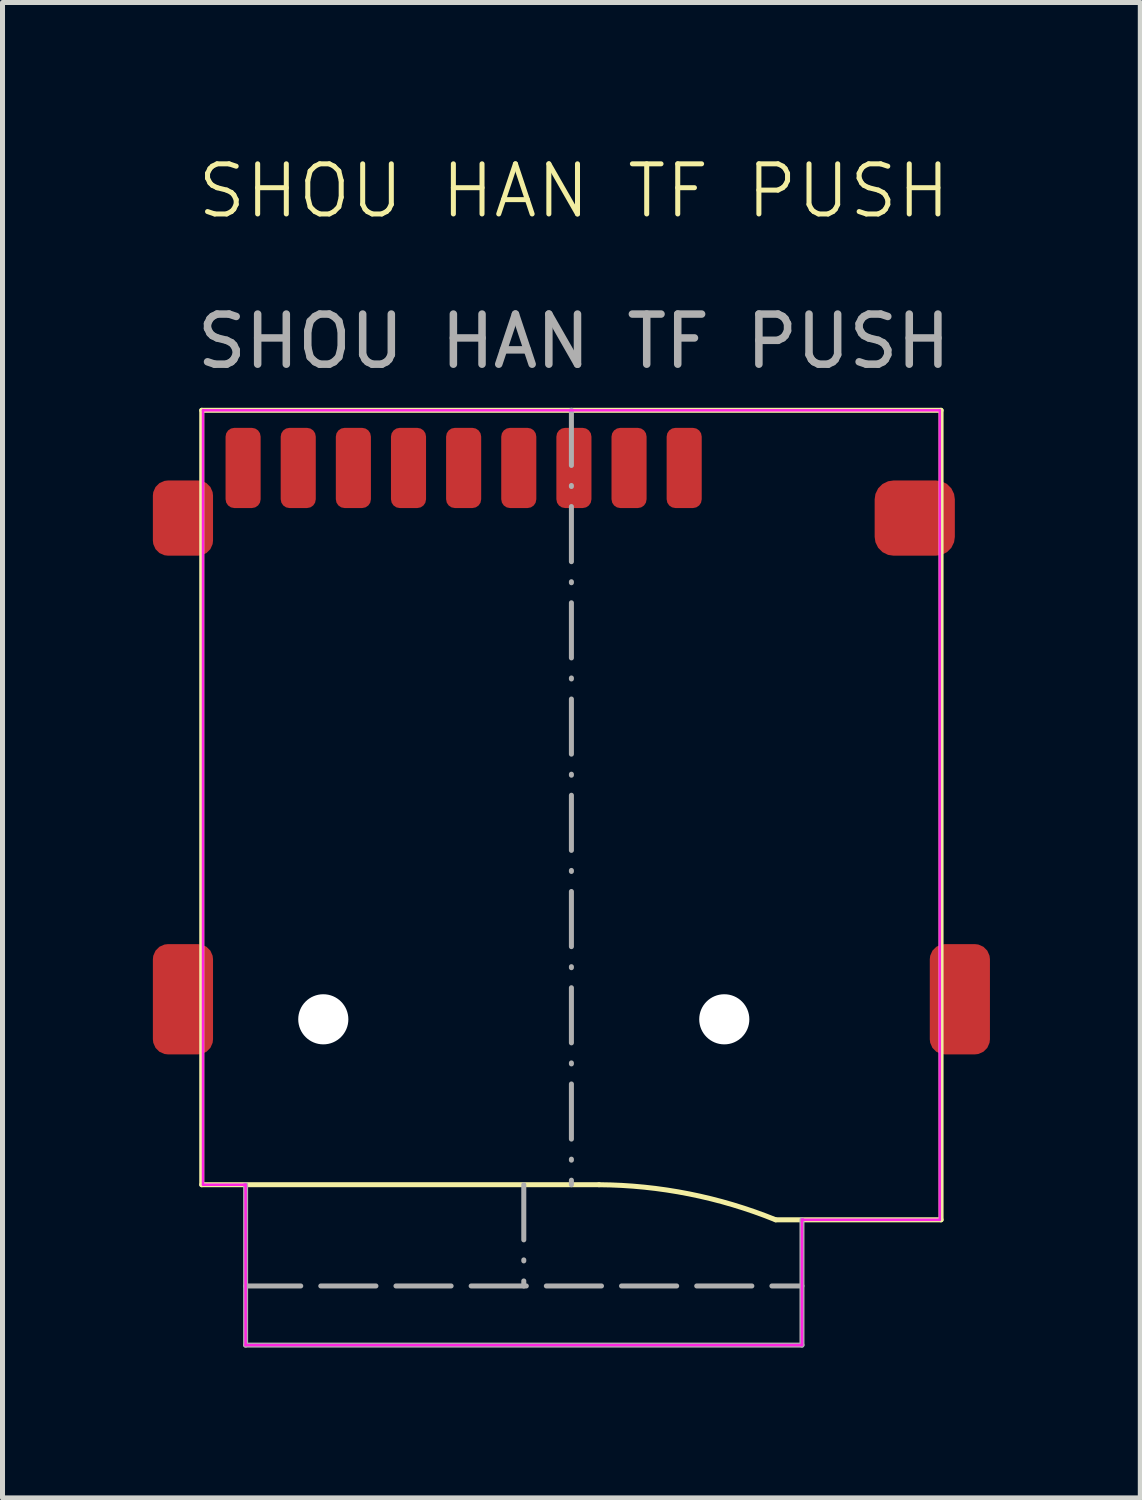
<source format=kicad_pcb>
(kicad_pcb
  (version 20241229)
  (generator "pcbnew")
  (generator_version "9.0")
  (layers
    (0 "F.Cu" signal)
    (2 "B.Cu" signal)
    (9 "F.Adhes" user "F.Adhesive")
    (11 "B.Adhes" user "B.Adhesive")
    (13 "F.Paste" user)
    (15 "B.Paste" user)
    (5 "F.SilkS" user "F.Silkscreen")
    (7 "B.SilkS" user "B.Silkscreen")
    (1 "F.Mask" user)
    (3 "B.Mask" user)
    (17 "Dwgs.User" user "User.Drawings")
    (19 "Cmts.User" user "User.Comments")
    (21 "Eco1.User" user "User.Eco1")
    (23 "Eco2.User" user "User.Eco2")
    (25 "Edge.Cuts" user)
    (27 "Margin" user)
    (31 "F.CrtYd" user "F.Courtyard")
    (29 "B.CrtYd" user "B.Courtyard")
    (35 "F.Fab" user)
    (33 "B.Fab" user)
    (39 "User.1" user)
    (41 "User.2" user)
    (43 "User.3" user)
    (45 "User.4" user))
  (footprint "SHOU HAN TF PUSH"
    (layer "F.Cu")
    (at 8.35 12.861)
    (property "Reference" "SHOU HAN TF PUSH" (at 0.05 -12.1 0) (unlocked yes) (layer "F.SilkS") (effects (font (size 1 1) (thickness 0.1))))
    (attr smd)
    (fp_line (start -7.375 -7.725) (end -7.375 7.725) (stroke (width 0.1) (type default)) (layer "F.SilkS"))
    (fp_line (start -7.375 7.725) (end 0.55 7.725) (stroke (width 0.1) (type default)) (layer "F.SilkS"))
    (fp_line (start 4.075 8.425) (end 7.375 8.425) (stroke (width 0.1) (type default)) (layer "F.SilkS"))
    (fp_line (start 7.375 -7.725) (end -7.375 -7.725) (stroke (width 0.1) (type default)) (layer "F.SilkS"))
    (fp_line (start 7.375 8.425) (end 7.375 -7.725) (stroke (width 0.1) (type default)) (layer "F.SilkS"))
    (fp_arc (start 0.55 7.725) (mid 2.34571 7.907763) (end 4.075 8.425) (stroke (width 0.1) (type default)) (layer "F.SilkS"))
    (fp_line (start -7.35 -7.725) (end 7.35 -7.725) (stroke (width 0.05) (type default)) (layer "F.CrtYd"))
    (fp_line (start -7.35 7.725) (end -7.35 -7.725) (stroke (width 0.05) (type default)) (layer "F.CrtYd"))
    (fp_line (start -6.5 7.725) (end -7.35 7.725) (stroke (width 0.05) (type default)) (layer "F.CrtYd"))
    (fp_line (start -6.5 10.925) (end -6.5 7.725) (stroke (width 0.05) (type default)) (layer "F.CrtYd"))
    (fp_line (start 4.6 8.425) (end 4.6 10.925) (stroke (width 0.05) (type default)) (layer "F.CrtYd"))
    (fp_line (start 4.6 10.925) (end -6.5 10.925) (stroke (width 0.05) (type default)) (layer "F.CrtYd"))
    (fp_line (start 7.35 -7.725) (end 7.35 8.425) (stroke (width 0.05) (type default)) (layer "F.CrtYd"))
    (fp_line (start 7.35 8.425) (end 4.6 8.425) (stroke (width 0.05) (type default)) (layer "F.CrtYd"))
    (fp_line (start -6.5 7.725) (end -6.5 10.925) (stroke (width 0.1) (type default)) (layer "F.Fab"))
    (fp_line (start -6.5 9.745) (end 4.6 9.745) (stroke (width 0.1) (type dash)) (layer "F.Fab"))
    (fp_line (start -6.5 10.925) (end 4.6 10.925) (stroke (width 0.1) (type default)) (layer "F.Fab"))
    (fp_line (start -0.95 7.725) (end -0.95 9.745) (stroke (width 0.1) (type dash_dot)) (layer "F.Fab"))
    (fp_line (start 0 -7.725) (end 0 7.725) (stroke (width 0.1) (type dash_dot)) (layer "F.Fab"))
    (fp_line (start 4.6 8.425) (end 4.6 10.925) (stroke (width 0.1) (type default)) (layer "F.Fab"))
    (fp_text user "${REFERENCE}" (at 0.05 -9.1 0) (unlocked yes) (layer "F.Fab") (effects (font (size 1 1) (thickness 0.15))))
    (pad "" np_thru_hole circle (at -4.95 4.425) (size 1 1) (drill 1) (layers "*.Cu" "*.Mask"))
    (pad "" np_thru_hole circle (at 3.05 4.425) (size 1 1) (drill 1) (layers "*.Cu" "*.Mask"))
    (pad "1" smd roundrect (at 2.25 -6.575) (size 0.7 1.6) (layers "F.Cu" "F.Mask" "F.Paste") (roundrect_rratio 0.25))
    (pad "2" smd roundrect (at 1.15 -6.575) (size 0.7 1.6) (layers "F.Cu" "F.Mask" "F.Paste") (roundrect_rratio 0.25))
    (pad "3" smd roundrect (at 0.05 -6.575) (size 0.7 1.6) (layers "F.Cu" "F.Mask" "F.Paste") (roundrect_rratio 0.25))
    (pad "4" smd roundrect (at -1.05 -6.575) (size 0.7 1.6) (layers "F.Cu" "F.Mask" "F.Paste") (roundrect_rratio 0.25))
    (pad "5" smd roundrect (at -2.15 -6.575) (size 0.7 1.6) (layers "F.Cu" "F.Mask" "F.Paste") (roundrect_rratio 0.25))
    (pad "6" smd roundrect (at -3.25 -6.575) (size 0.7 1.6) (layers "F.Cu" "F.Mask" "F.Paste") (roundrect_rratio 0.25))
    (pad "7" smd roundrect (at -4.35 -6.575) (size 0.7 1.6) (layers "F.Cu" "F.Mask" "F.Paste") (roundrect_rratio 0.25))
    (pad "8" smd roundrect (at -5.45 -6.575) (size 0.7 1.6) (layers "F.Cu" "F.Mask" "F.Paste") (roundrect_rratio 0.25))
    (pad "9" smd roundrect (at -6.55 -6.575) (size 0.7 1.6) (layers "F.Cu" "F.Mask" "F.Paste") (roundrect_rratio 0.25))
    (pad "10" smd roundrect (at -7.75 -5.575) (size 1.2 1.5) (layers "F.Cu" "F.Mask" "F.Paste") (roundrect_rratio 0.25))
    (pad "10" smd roundrect (at -7.75 4.025) (size 1.2 2.2) (layers "F.Cu" "F.Mask" "F.Paste") (roundrect_rratio 0.25))
    (pad "10" smd roundrect (at 6.85 -5.575) (size 1.6 1.5) (layers "F.Cu" "F.Mask" "F.Paste") (roundrect_rratio 0.25))
    (pad "10" smd roundrect (at 7.75 4.025) (size 1.2 2.2) (layers "F.Cu" "F.Mask" "F.Paste") (roundrect_rratio 0.25)))
  (gr_rect
    (start -3 -3)
    (end 19.7 26.835)
    (stroke (width 0.1) (type default))
    (fill no)
    (layer "Edge.Cuts")))
</source>
